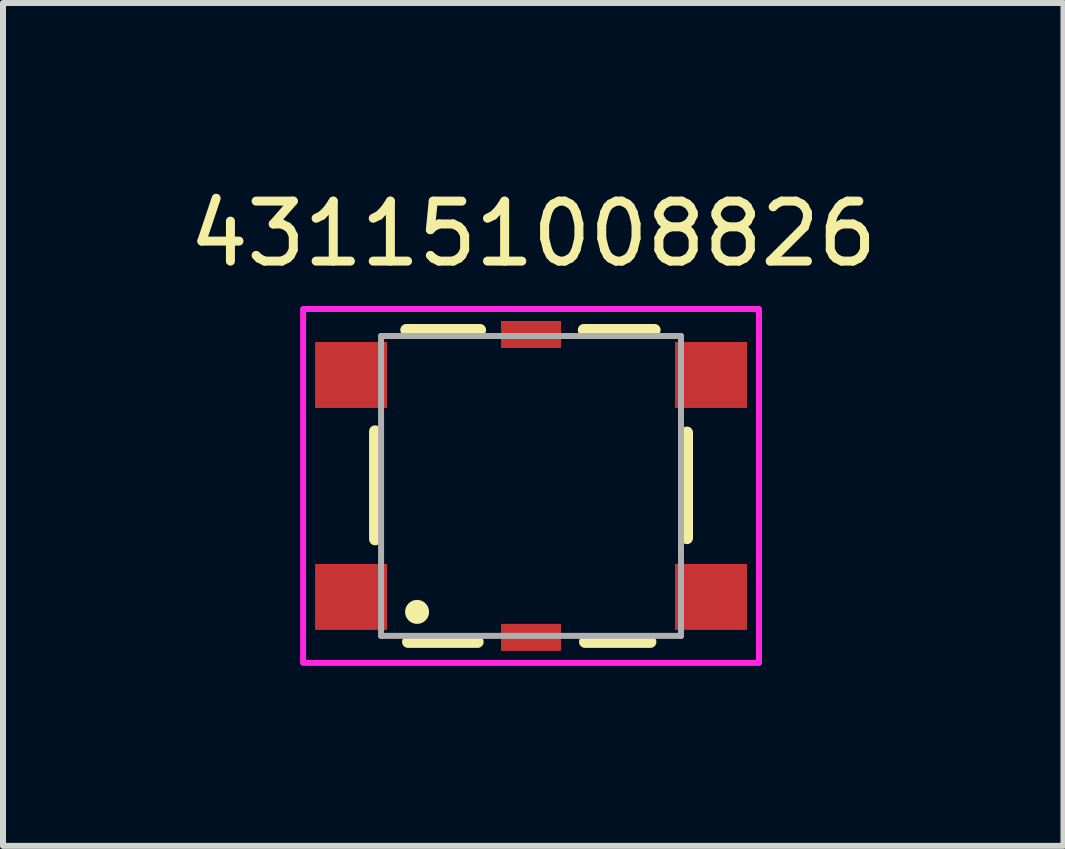
<source format=kicad_pcb>
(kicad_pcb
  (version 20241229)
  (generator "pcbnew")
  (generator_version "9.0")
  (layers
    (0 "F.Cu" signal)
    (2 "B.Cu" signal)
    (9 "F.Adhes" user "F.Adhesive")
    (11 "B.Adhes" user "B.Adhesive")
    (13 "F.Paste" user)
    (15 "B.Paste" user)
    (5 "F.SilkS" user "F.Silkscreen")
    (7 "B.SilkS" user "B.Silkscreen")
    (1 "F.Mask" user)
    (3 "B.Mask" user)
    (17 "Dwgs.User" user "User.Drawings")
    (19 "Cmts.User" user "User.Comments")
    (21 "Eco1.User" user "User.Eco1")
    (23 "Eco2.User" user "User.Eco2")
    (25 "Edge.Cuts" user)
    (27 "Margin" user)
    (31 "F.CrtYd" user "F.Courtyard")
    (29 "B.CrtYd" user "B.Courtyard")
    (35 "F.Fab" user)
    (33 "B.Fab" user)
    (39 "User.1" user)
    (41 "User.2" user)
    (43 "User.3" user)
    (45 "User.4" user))
  (footprint "431151008826"
    (layer "F.Cu")
    (at 5.803 5.051)
    (property "Reference" "431151008826" (at 0.036 -4.203 0) (layer "F.SilkS") (effects (font (size 1 1) (thickness 0.15))))
    (attr smd)
    (fp_line (start -2.6 -0.91) (end -2.6 0.89) (stroke (width 0.2) (type solid)) (layer "F.SilkS"))
    (fp_line (start -2.05 2.6) (end -0.89 2.6) (stroke (width 0.2) (type solid)) (layer "F.SilkS"))
    (fp_line (start -0.85 -2.6) (end -2.08 -2.6) (stroke (width 0.2) (type solid)) (layer "F.SilkS"))
    (fp_line (start 0.88 -2.6) (end 2.06 -2.6) (stroke (width 0.2) (type solid)) (layer "F.SilkS"))
    (fp_line (start 1.99 2.6) (end 0.9 2.6) (stroke (width 0.2) (type solid)) (layer "F.SilkS"))
    (fp_line (start 2.6 -0.89) (end 2.6 0.87) (stroke (width 0.2) (type solid)) (layer "F.SilkS"))
    (fp_circle (center -1.9 2.1) (end -1.8 2.1) (stroke (width 0.2) (type solid)) (fill no) (layer "F.SilkS"))
    (fp_poly (pts (xy -3.8 -2.95) (xy 3.8 -2.95) (xy 3.8 2.95) (xy -3.8 2.95)) (stroke (width 0.1) (type solid)) (fill no) (layer "F.CrtYd"))
    (fp_line (start -2.5 -2.5) (end 2.5 -2.5) (stroke (width 0.1) (type solid)) (layer "F.Fab"))
    (fp_line (start -2.5 2.5) (end -2.5 -2.5) (stroke (width 0.1) (type solid)) (layer "F.Fab"))
    (fp_line (start 2.5 -2.5) (end 2.5 2.5) (stroke (width 0.1) (type solid)) (layer "F.Fab"))
    (fp_line (start 2.5 2.5) (end -2.5 2.5) (stroke (width 0.1) (type solid)) (layer "F.Fab"))
    (pad "1" smd rect (at -3 1.85) (size 1.2 1.1) (layers "F.Cu" "F.Mask" "F.Paste"))
    (pad "2" smd rect (at -3 -1.85) (size 1.2 1.1) (layers "F.Cu" "F.Mask" "F.Paste"))
    (pad "3" smd rect (at 3 1.85) (size 1.2 1.1) (layers "F.Cu" "F.Mask" "F.Paste"))
    (pad "4" smd rect (at 3 -1.85) (size 1.2 1.1) (layers "F.Cu" "F.Mask" "F.Paste"))
    (pad "GND1" smd rect (at 0 -2.525) (size 1 0.45) (layers "F.Cu" "F.Mask" "F.Paste"))
    (pad "GND2" smd rect (at 0 2.525) (size 1 0.45) (layers "F.Cu" "F.Mask" "F.Paste")))
  (gr_rect
    (start -3 -3)
    (end 14.679 11.051)
    (stroke (width 0.1) (type default))
    (fill no)
    (layer "Edge.Cuts")))
</source>
